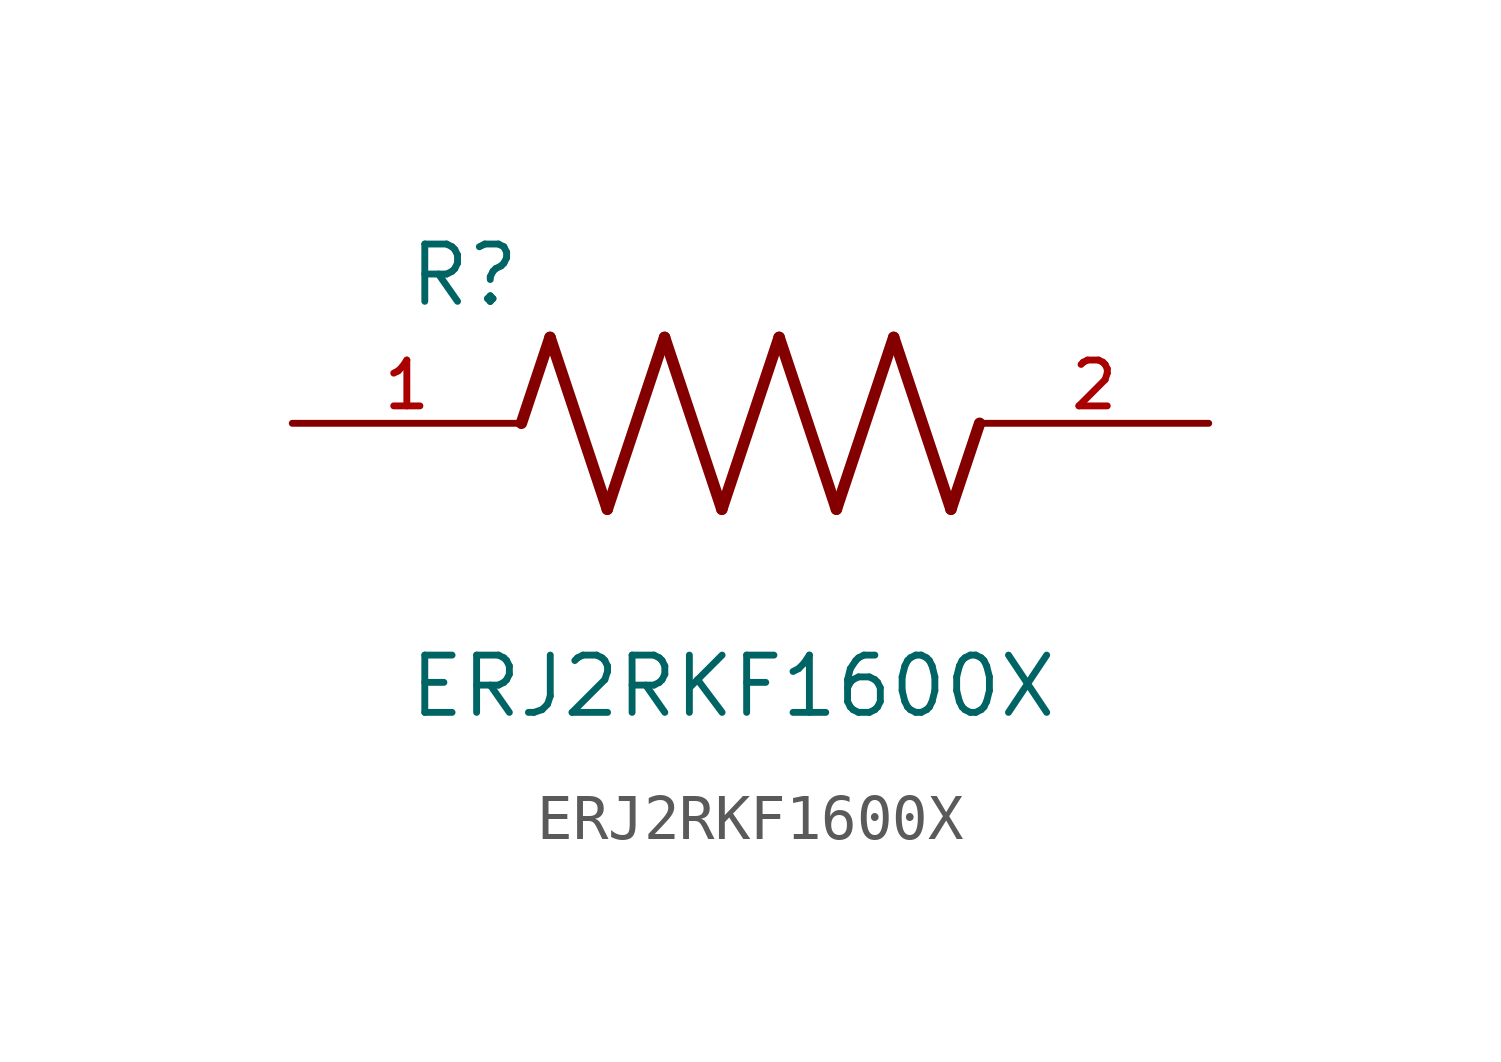
<source format=kicad_sym>
(kicad_symbol_lib
  (version 20211014)
  (generator kicad_symbol_editor)
  (symbol "ERJ2RKF1600X"
    (pin_names
      (offset 1.016))
    (property "Reference" "R"
      (at -7.624 2.541 0)
      (effects (font (size 1.27 1.27)) (justify bottom left)))
    (property "Value" "ERJ2RKF1600X"
      (at -7.624 -5.087 0)
      (effects (font (size 1.27 1.27)) (justify top left)))
    (symbol "ERJ2RKF1600X_0_0"
      (polyline (pts (xy -5.08 0.0) (xy -4.445 1.905)) (stroke (width 0.254)))
      (polyline (pts (xy -4.445 1.905) (xy -3.175 -1.905)) (stroke (width 0.254)))
      (polyline (pts (xy -3.175 -1.905) (xy -1.905 1.905)) (stroke (width 0.254)))
      (polyline (pts (xy -1.905 1.905) (xy -0.635 -1.905)) (stroke (width 0.254)))
      (polyline (pts (xy -0.635 -1.905) (xy 0.635 1.905)) (stroke (width 0.254)))
      (polyline (pts (xy 0.635 1.905) (xy 1.905 -1.905)) (stroke (width 0.254)))
      (polyline (pts (xy 1.905 -1.905) (xy 3.175 1.905)) (stroke (width 0.254)))
      (polyline (pts (xy 3.175 1.905) (xy 4.445 -1.905)) (stroke (width 0.254)))
      (polyline (pts (xy 4.445 -1.905) (xy 5.08 0.0)) (stroke (width 0.254)))
      (pin passive line (at -10.16 0.0 0) (length 5.08) (name "~" (effects (font (size 1.016 1.016)))) (number "1" (effects (font (size 1.016 1.016)))))
      (pin passive line (at 10.16 0.0 180.0) (length 5.08) (name "~" (effects (font (size 1.016 1.016)))) (number "2" (effects (font (size 1.016 1.016))))))))
</source>
